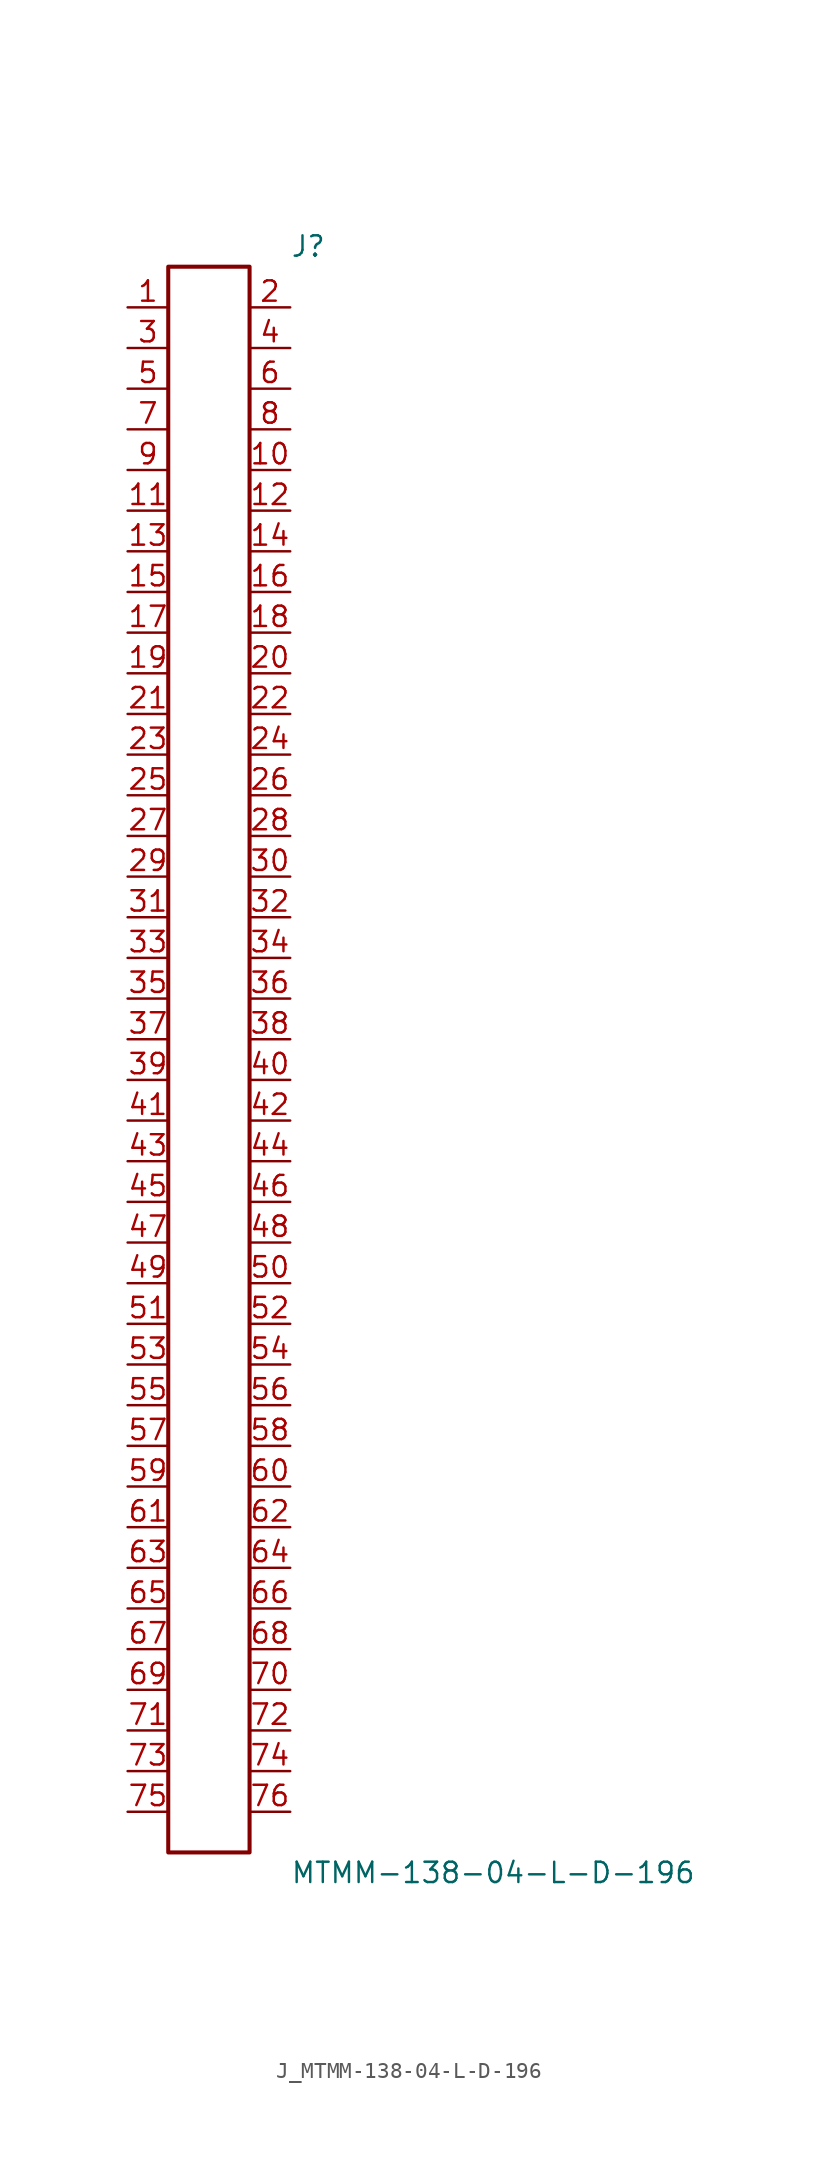
<source format=kicad_sym>
(kicad_symbol_lib
  (version 20231120)
  (generator kicad_symbol_editor)
  (generator_version 8.0)
  (symbol "J_MTMM-138-04-L-D-196"
    (pin_names
      (offset 0.254))
    (property "Reference" "J"
      (at 5.08 50.8 0)
      (effects (font (size 1.27 1.27)) (justify left)))
    (property "Value" "MTMM-138-04-L-D-196"
      (at 5.08 -50.8 0)
      (effects (font (size 1.27 1.27)) (justify left)))
    (symbol "J_MTMM-138-04-L-D-196_0_0"
      (pin passive line (at -5.08 46.99 0) (length 2.54) (name "" (effects (font (size 1.27 1.27)))) (number "1" (effects (font (size 1.27 1.27)))))
      (pin passive line (at 5.08 46.99 180) (length 2.54) (name "" (effects (font (size 1.27 1.27)))) (number "2" (effects (font (size 1.27 1.27)))))
      (pin passive line (at -5.08 44.45 0) (length 2.54) (name "" (effects (font (size 1.27 1.27)))) (number "3" (effects (font (size 1.27 1.27)))))
      (pin passive line (at 5.08 44.45 180) (length 2.54) (name "" (effects (font (size 1.27 1.27)))) (number "4" (effects (font (size 1.27 1.27)))))
      (pin passive line (at -5.08 41.91 0) (length 2.54) (name "" (effects (font (size 1.27 1.27)))) (number "5" (effects (font (size 1.27 1.27)))))
      (pin passive line (at 5.08 41.91 180) (length 2.54) (name "" (effects (font (size 1.27 1.27)))) (number "6" (effects (font (size 1.27 1.27)))))
      (pin passive line (at -5.08 39.37 0) (length 2.54) (name "" (effects (font (size 1.27 1.27)))) (number "7" (effects (font (size 1.27 1.27)))))
      (pin passive line (at 5.08 39.37 180) (length 2.54) (name "" (effects (font (size 1.27 1.27)))) (number "8" (effects (font (size 1.27 1.27)))))
      (pin passive line (at -5.08 36.83 0) (length 2.54) (name "" (effects (font (size 1.27 1.27)))) (number "9" (effects (font (size 1.27 1.27)))))
      (pin passive line (at 5.08 36.83 180) (length 2.54) (name "" (effects (font (size 1.27 1.27)))) (number "10" (effects (font (size 1.27 1.27)))))
      (pin passive line (at -5.08 34.29 0) (length 2.54) (name "" (effects (font (size 1.27 1.27)))) (number "11" (effects (font (size 1.27 1.27)))))
      (pin passive line (at 5.08 34.29 180) (length 2.54) (name "" (effects (font (size 1.27 1.27)))) (number "12" (effects (font (size 1.27 1.27)))))
      (pin passive line (at -5.08 31.75 0) (length 2.54) (name "" (effects (font (size 1.27 1.27)))) (number "13" (effects (font (size 1.27 1.27)))))
      (pin passive line (at 5.08 31.75 180) (length 2.54) (name "" (effects (font (size 1.27 1.27)))) (number "14" (effects (font (size 1.27 1.27)))))
      (pin passive line (at -5.08 29.21 0) (length 2.54) (name "" (effects (font (size 1.27 1.27)))) (number "15" (effects (font (size 1.27 1.27)))))
      (pin passive line (at 5.08 29.21 180) (length 2.54) (name "" (effects (font (size 1.27 1.27)))) (number "16" (effects (font (size 1.27 1.27)))))
      (pin passive line (at -5.08 26.67 0) (length 2.54) (name "" (effects (font (size 1.27 1.27)))) (number "17" (effects (font (size 1.27 1.27)))))
      (pin passive line (at 5.08 26.67 180) (length 2.54) (name "" (effects (font (size 1.27 1.27)))) (number "18" (effects (font (size 1.27 1.27)))))
      (pin passive line (at -5.08 24.13 0) (length 2.54) (name "" (effects (font (size 1.27 1.27)))) (number "19" (effects (font (size 1.27 1.27)))))
      (pin passive line (at 5.08 24.13 180) (length 2.54) (name "" (effects (font (size 1.27 1.27)))) (number "20" (effects (font (size 1.27 1.27)))))
      (pin passive line (at -5.08 21.59 0) (length 2.54) (name "" (effects (font (size 1.27 1.27)))) (number "21" (effects (font (size 1.27 1.27)))))
      (pin passive line (at 5.08 21.59 180) (length 2.54) (name "" (effects (font (size 1.27 1.27)))) (number "22" (effects (font (size 1.27 1.27)))))
      (pin passive line (at -5.08 19.05 0) (length 2.54) (name "" (effects (font (size 1.27 1.27)))) (number "23" (effects (font (size 1.27 1.27)))))
      (pin passive line (at 5.08 19.05 180) (length 2.54) (name "" (effects (font (size 1.27 1.27)))) (number "24" (effects (font (size 1.27 1.27)))))
      (pin passive line (at -5.08 16.51 0) (length 2.54) (name "" (effects (font (size 1.27 1.27)))) (number "25" (effects (font (size 1.27 1.27)))))
      (pin passive line (at 5.08 16.51 180) (length 2.54) (name "" (effects (font (size 1.27 1.27)))) (number "26" (effects (font (size 1.27 1.27)))))
      (pin passive line (at -5.08 13.97 0) (length 2.54) (name "" (effects (font (size 1.27 1.27)))) (number "27" (effects (font (size 1.27 1.27)))))
      (pin passive line (at 5.08 13.97 180) (length 2.54) (name "" (effects (font (size 1.27 1.27)))) (number "28" (effects (font (size 1.27 1.27)))))
      (pin passive line (at -5.08 11.43 0) (length 2.54) (name "" (effects (font (size 1.27 1.27)))) (number "29" (effects (font (size 1.27 1.27)))))
      (pin passive line (at 5.08 11.43 180) (length 2.54) (name "" (effects (font (size 1.27 1.27)))) (number "30" (effects (font (size 1.27 1.27)))))
      (pin passive line (at -5.08 8.89 0) (length 2.54) (name "" (effects (font (size 1.27 1.27)))) (number "31" (effects (font (size 1.27 1.27)))))
      (pin passive line (at 5.08 8.89 180) (length 2.54) (name "" (effects (font (size 1.27 1.27)))) (number "32" (effects (font (size 1.27 1.27)))))
      (pin passive line (at -5.08 6.35 0) (length 2.54) (name "" (effects (font (size 1.27 1.27)))) (number "33" (effects (font (size 1.27 1.27)))))
      (pin passive line (at 5.08 6.35 180) (length 2.54) (name "" (effects (font (size 1.27 1.27)))) (number "34" (effects (font (size 1.27 1.27)))))
      (pin passive line (at -5.08 3.81 0) (length 2.54) (name "" (effects (font (size 1.27 1.27)))) (number "35" (effects (font (size 1.27 1.27)))))
      (pin passive line (at 5.08 3.81 180) (length 2.54) (name "" (effects (font (size 1.27 1.27)))) (number "36" (effects (font (size 1.27 1.27)))))
      (pin passive line (at -5.08 1.27 0) (length 2.54) (name "" (effects (font (size 1.27 1.27)))) (number "37" (effects (font (size 1.27 1.27)))))
      (pin passive line (at 5.08 1.27 180) (length 2.54) (name "" (effects (font (size 1.27 1.27)))) (number "38" (effects (font (size 1.27 1.27)))))
      (pin passive line (at -5.08 -1.27 0) (length 2.54) (name "" (effects (font (size 1.27 1.27)))) (number "39" (effects (font (size 1.27 1.27)))))
      (pin passive line (at 5.08 -1.27 180) (length 2.54) (name "" (effects (font (size 1.27 1.27)))) (number "40" (effects (font (size 1.27 1.27)))))
      (pin passive line (at -5.08 -3.81 0) (length 2.54) (name "" (effects (font (size 1.27 1.27)))) (number "41" (effects (font (size 1.27 1.27)))))
      (pin passive line (at 5.08 -3.81 180) (length 2.54) (name "" (effects (font (size 1.27 1.27)))) (number "42" (effects (font (size 1.27 1.27)))))
      (pin passive line (at -5.08 -6.35 0) (length 2.54) (name "" (effects (font (size 1.27 1.27)))) (number "43" (effects (font (size 1.27 1.27)))))
      (pin passive line (at 5.08 -6.35 180) (length 2.54) (name "" (effects (font (size 1.27 1.27)))) (number "44" (effects (font (size 1.27 1.27)))))
      (pin passive line (at -5.08 -8.89 0) (length 2.54) (name "" (effects (font (size 1.27 1.27)))) (number "45" (effects (font (size 1.27 1.27)))))
      (pin passive line (at 5.08 -8.89 180) (length 2.54) (name "" (effects (font (size 1.27 1.27)))) (number "46" (effects (font (size 1.27 1.27)))))
      (pin passive line (at -5.08 -11.43 0) (length 2.54) (name "" (effects (font (size 1.27 1.27)))) (number "47" (effects (font (size 1.27 1.27)))))
      (pin passive line (at 5.08 -11.43 180) (length 2.54) (name "" (effects (font (size 1.27 1.27)))) (number "48" (effects (font (size 1.27 1.27)))))
      (pin passive line (at -5.08 -13.97 0) (length 2.54) (name "" (effects (font (size 1.27 1.27)))) (number "49" (effects (font (size 1.27 1.27)))))
      (pin passive line (at 5.08 -13.97 180) (length 2.54) (name "" (effects (font (size 1.27 1.27)))) (number "50" (effects (font (size 1.27 1.27)))))
      (pin passive line (at -5.08 -16.51 0) (length 2.54) (name "" (effects (font (size 1.27 1.27)))) (number "51" (effects (font (size 1.27 1.27)))))
      (pin passive line (at 5.08 -16.51 180) (length 2.54) (name "" (effects (font (size 1.27 1.27)))) (number "52" (effects (font (size 1.27 1.27)))))
      (pin passive line (at -5.08 -19.05 0) (length 2.54) (name "" (effects (font (size 1.27 1.27)))) (number "53" (effects (font (size 1.27 1.27)))))
      (pin passive line (at 5.08 -19.05 180) (length 2.54) (name "" (effects (font (size 1.27 1.27)))) (number "54" (effects (font (size 1.27 1.27)))))
      (pin passive line (at -5.08 -21.59 0) (length 2.54) (name "" (effects (font (size 1.27 1.27)))) (number "55" (effects (font (size 1.27 1.27)))))
      (pin passive line (at 5.08 -21.59 180) (length 2.54) (name "" (effects (font (size 1.27 1.27)))) (number "56" (effects (font (size 1.27 1.27)))))
      (pin passive line (at -5.08 -24.13 0) (length 2.54) (name "" (effects (font (size 1.27 1.27)))) (number "57" (effects (font (size 1.27 1.27)))))
      (pin passive line (at 5.08 -24.13 180) (length 2.54) (name "" (effects (font (size 1.27 1.27)))) (number "58" (effects (font (size 1.27 1.27)))))
      (pin passive line (at -5.08 -26.67 0) (length 2.54) (name "" (effects (font (size 1.27 1.27)))) (number "59" (effects (font (size 1.27 1.27)))))
      (pin passive line (at 5.08 -26.67 180) (length 2.54) (name "" (effects (font (size 1.27 1.27)))) (number "60" (effects (font (size 1.27 1.27)))))
      (pin passive line (at -5.08 -29.21 0) (length 2.54) (name "" (effects (font (size 1.27 1.27)))) (number "61" (effects (font (size 1.27 1.27)))))
      (pin passive line (at 5.08 -29.21 180) (length 2.54) (name "" (effects (font (size 1.27 1.27)))) (number "62" (effects (font (size 1.27 1.27)))))
      (pin passive line (at -5.08 -31.75 0) (length 2.54) (name "" (effects (font (size 1.27 1.27)))) (number "63" (effects (font (size 1.27 1.27)))))
      (pin passive line (at 5.08 -31.75 180) (length 2.54) (name "" (effects (font (size 1.27 1.27)))) (number "64" (effects (font (size 1.27 1.27)))))
      (pin passive line (at -5.08 -34.29 0) (length 2.54) (name "" (effects (font (size 1.27 1.27)))) (number "65" (effects (font (size 1.27 1.27)))))
      (pin passive line (at 5.08 -34.29 180) (length 2.54) (name "" (effects (font (size 1.27 1.27)))) (number "66" (effects (font (size 1.27 1.27)))))
      (pin passive line (at -5.08 -36.83 0) (length 2.54) (name "" (effects (font (size 1.27 1.27)))) (number "67" (effects (font (size 1.27 1.27)))))
      (pin passive line (at 5.08 -36.83 180) (length 2.54) (name "" (effects (font (size 1.27 1.27)))) (number "68" (effects (font (size 1.27 1.27)))))
      (pin passive line (at -5.08 -39.37 0) (length 2.54) (name "" (effects (font (size 1.27 1.27)))) (number "69" (effects (font (size 1.27 1.27)))))
      (pin passive line (at 5.08 -39.37 180) (length 2.54) (name "" (effects (font (size 1.27 1.27)))) (number "70" (effects (font (size 1.27 1.27)))))
      (pin passive line (at -5.08 -41.91 0) (length 2.54) (name "" (effects (font (size 1.27 1.27)))) (number "71" (effects (font (size 1.27 1.27)))))
      (pin passive line (at 5.08 -41.91 180) (length 2.54) (name "" (effects (font (size 1.27 1.27)))) (number "72" (effects (font (size 1.27 1.27)))))
      (pin passive line (at -5.08 -44.45 0) (length 2.54) (name "" (effects (font (size 1.27 1.27)))) (number "73" (effects (font (size 1.27 1.27)))))
      (pin passive line (at 5.08 -44.45 180) (length 2.54) (name "" (effects (font (size 1.27 1.27)))) (number "74" (effects (font (size 1.27 1.27)))))
      (pin passive line (at -5.08 -46.99 0) (length 2.54) (name "" (effects (font (size 1.27 1.27)))) (number "75" (effects (font (size 1.27 1.27)))))
      (pin passive line (at 5.08 -46.99 180) (length 2.54) (name "" (effects (font (size 1.27 1.27)))) (number "76" (effects (font (size 1.27 1.27))))))
    (symbol "J_MTMM-138-04-L-D-196_1_0"
      (rectangle (start -2.54 49.53) (end 2.54 -49.53) (stroke (width 0.254) (type solid)) (fill (type none))))))
</source>
